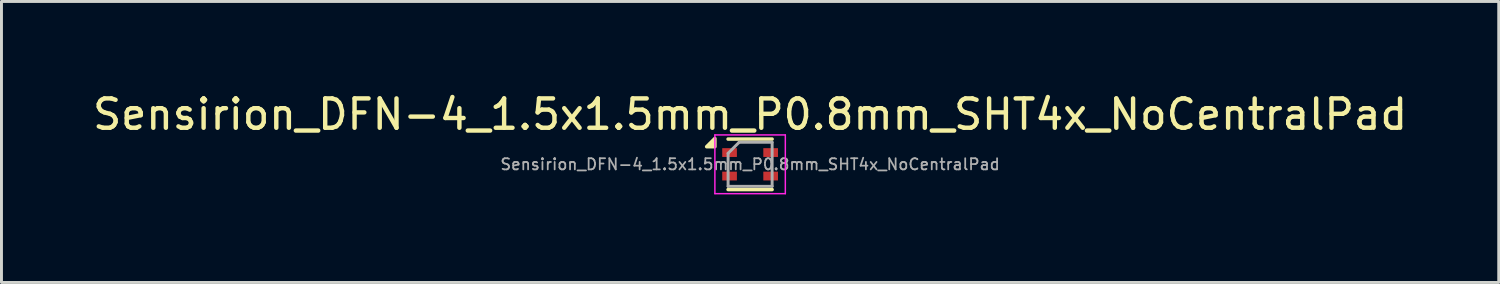
<source format=kicad_pcb>
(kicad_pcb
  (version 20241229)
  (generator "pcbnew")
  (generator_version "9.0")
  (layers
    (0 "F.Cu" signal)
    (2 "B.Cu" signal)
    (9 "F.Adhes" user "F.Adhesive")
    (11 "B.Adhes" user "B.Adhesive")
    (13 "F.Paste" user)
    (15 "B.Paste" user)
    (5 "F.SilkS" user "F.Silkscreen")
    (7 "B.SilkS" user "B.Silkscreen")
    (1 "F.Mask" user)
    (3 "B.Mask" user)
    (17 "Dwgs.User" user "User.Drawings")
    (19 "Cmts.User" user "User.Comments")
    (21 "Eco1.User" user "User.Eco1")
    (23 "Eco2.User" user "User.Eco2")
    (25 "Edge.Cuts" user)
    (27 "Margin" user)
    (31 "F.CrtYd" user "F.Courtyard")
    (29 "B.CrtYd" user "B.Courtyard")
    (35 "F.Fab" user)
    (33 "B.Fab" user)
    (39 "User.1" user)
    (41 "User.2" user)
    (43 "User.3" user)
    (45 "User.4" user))
  (footprint "Sensirion_DFN-4_1.5x1.5mm_P0.8mm_SHT4x_NoCentralPad"
    (layer "F.Cu")
    (at 22.506 2.548)
    (property "Reference" "Sensirion_DFN-4_1.5x1.5mm_P0.8mm_SHT4x_NoCentralPad" (at 0 -1.7 0) (layer "F.SilkS") (effects (font (size 1 1) (thickness 0.15))))
    (attr smd)
    (fp_line (start -0.75 -0.86) (end 0.75 -0.86) (stroke (width 0.12) (type solid)) (layer "F.SilkS"))
    (fp_line (start -0.75 0.86) (end 0.75 0.86) (stroke (width 0.12) (type solid)) (layer "F.SilkS"))
    (fp_poly (pts (xy -1.2 -0.6) (xy -1.48 -0.6) (xy -1.2 -0.88) (xy -1.2 -0.6)) (stroke (width 0.12) (type solid)) (fill yes) (layer "F.SilkS"))
    (fp_line (start -1.2 -1) (end -1.2 1) (stroke (width 0.05) (type solid)) (layer "F.CrtYd"))
    (fp_line (start -1.2 1) (end 1.2 1) (stroke (width 0.05) (type solid)) (layer "F.CrtYd"))
    (fp_line (start 1.2 -1) (end -1.2 -1) (stroke (width 0.05) (type solid)) (layer "F.CrtYd"))
    (fp_line (start 1.2 1) (end 1.2 -1) (stroke (width 0.05) (type solid)) (layer "F.CrtYd"))
    (fp_line (start -0.75 -0.375) (end -0.375 -0.75) (stroke (width 0.1) (type solid)) (layer "F.Fab"))
    (fp_line (start -0.75 0.75) (end -0.75 -0.375) (stroke (width 0.1) (type solid)) (layer "F.Fab"))
    (fp_line (start -0.375 -0.75) (end 0.75 -0.75) (stroke (width 0.1) (type solid)) (layer "F.Fab"))
    (fp_line (start 0.75 -0.75) (end 0.75 0.75) (stroke (width 0.1) (type solid)) (layer "F.Fab"))
    (fp_line (start 0.75 0.75) (end -0.75 0.75) (stroke (width 0.1) (type solid)) (layer "F.Fab"))
    (fp_text user "${REFERENCE}" (at 0 0 0) (layer "F.Fab") (effects (font (size 0.38 0.38) (thickness 0.06))))
    (pad "1" smd rect (at -0.7 -0.4) (size 0.5 0.3) (layers "F.Cu" "F.Mask" "F.Paste"))
    (pad "2" smd rect (at -0.7 0.4) (size 0.5 0.3) (layers "F.Cu" "F.Mask" "F.Paste"))
    (pad "3" smd rect (at 0.7 0.4) (size 0.5 0.3) (layers "F.Cu" "F.Mask" "F.Paste"))
    (pad "4" smd rect (at 0.7 -0.4) (size 0.5 0.3) (layers "F.Cu" "F.Mask" "F.Paste"))
    (zone (net_name "") (layer "F.Cu") (hatch edge 0.508) (connect_pads) (min_thickness 0.254) (filled_areas_thickness no) (keepout (tracks not_allowed) (vias not_allowed) (pads allowed) (copperpour not_allowed) (footprints allowed)) (placement (enabled no)) (fill) (polygon (pts (xy 23.256 1.998) (xy 22.956 1.998) (xy 22.956 2.298) (xy 23.256 2.298) (xy 23.256 2.798) (xy 22.956 2.798) (xy 22.956 3.098) (xy 23.256 3.098) (xy 23.256 3.298) (xy 21.756 3.298) (xy 21.756 3.098) (xy 22.056 3.098) (xy 22.056 2.798) (xy 21.756 2.798) (xy 21.756 2.298) (xy 22.056 2.298) (xy 22.056 1.998) (xy 21.756 1.998) (xy 21.756 1.798) (xy 23.256 1.798)))))
  (gr_rect
    (start -3 -3)
    (end 48.012 6.573)
    (stroke (width 0.1) (type default))
    (fill no)
    (layer "Edge.Cuts")))
</source>
